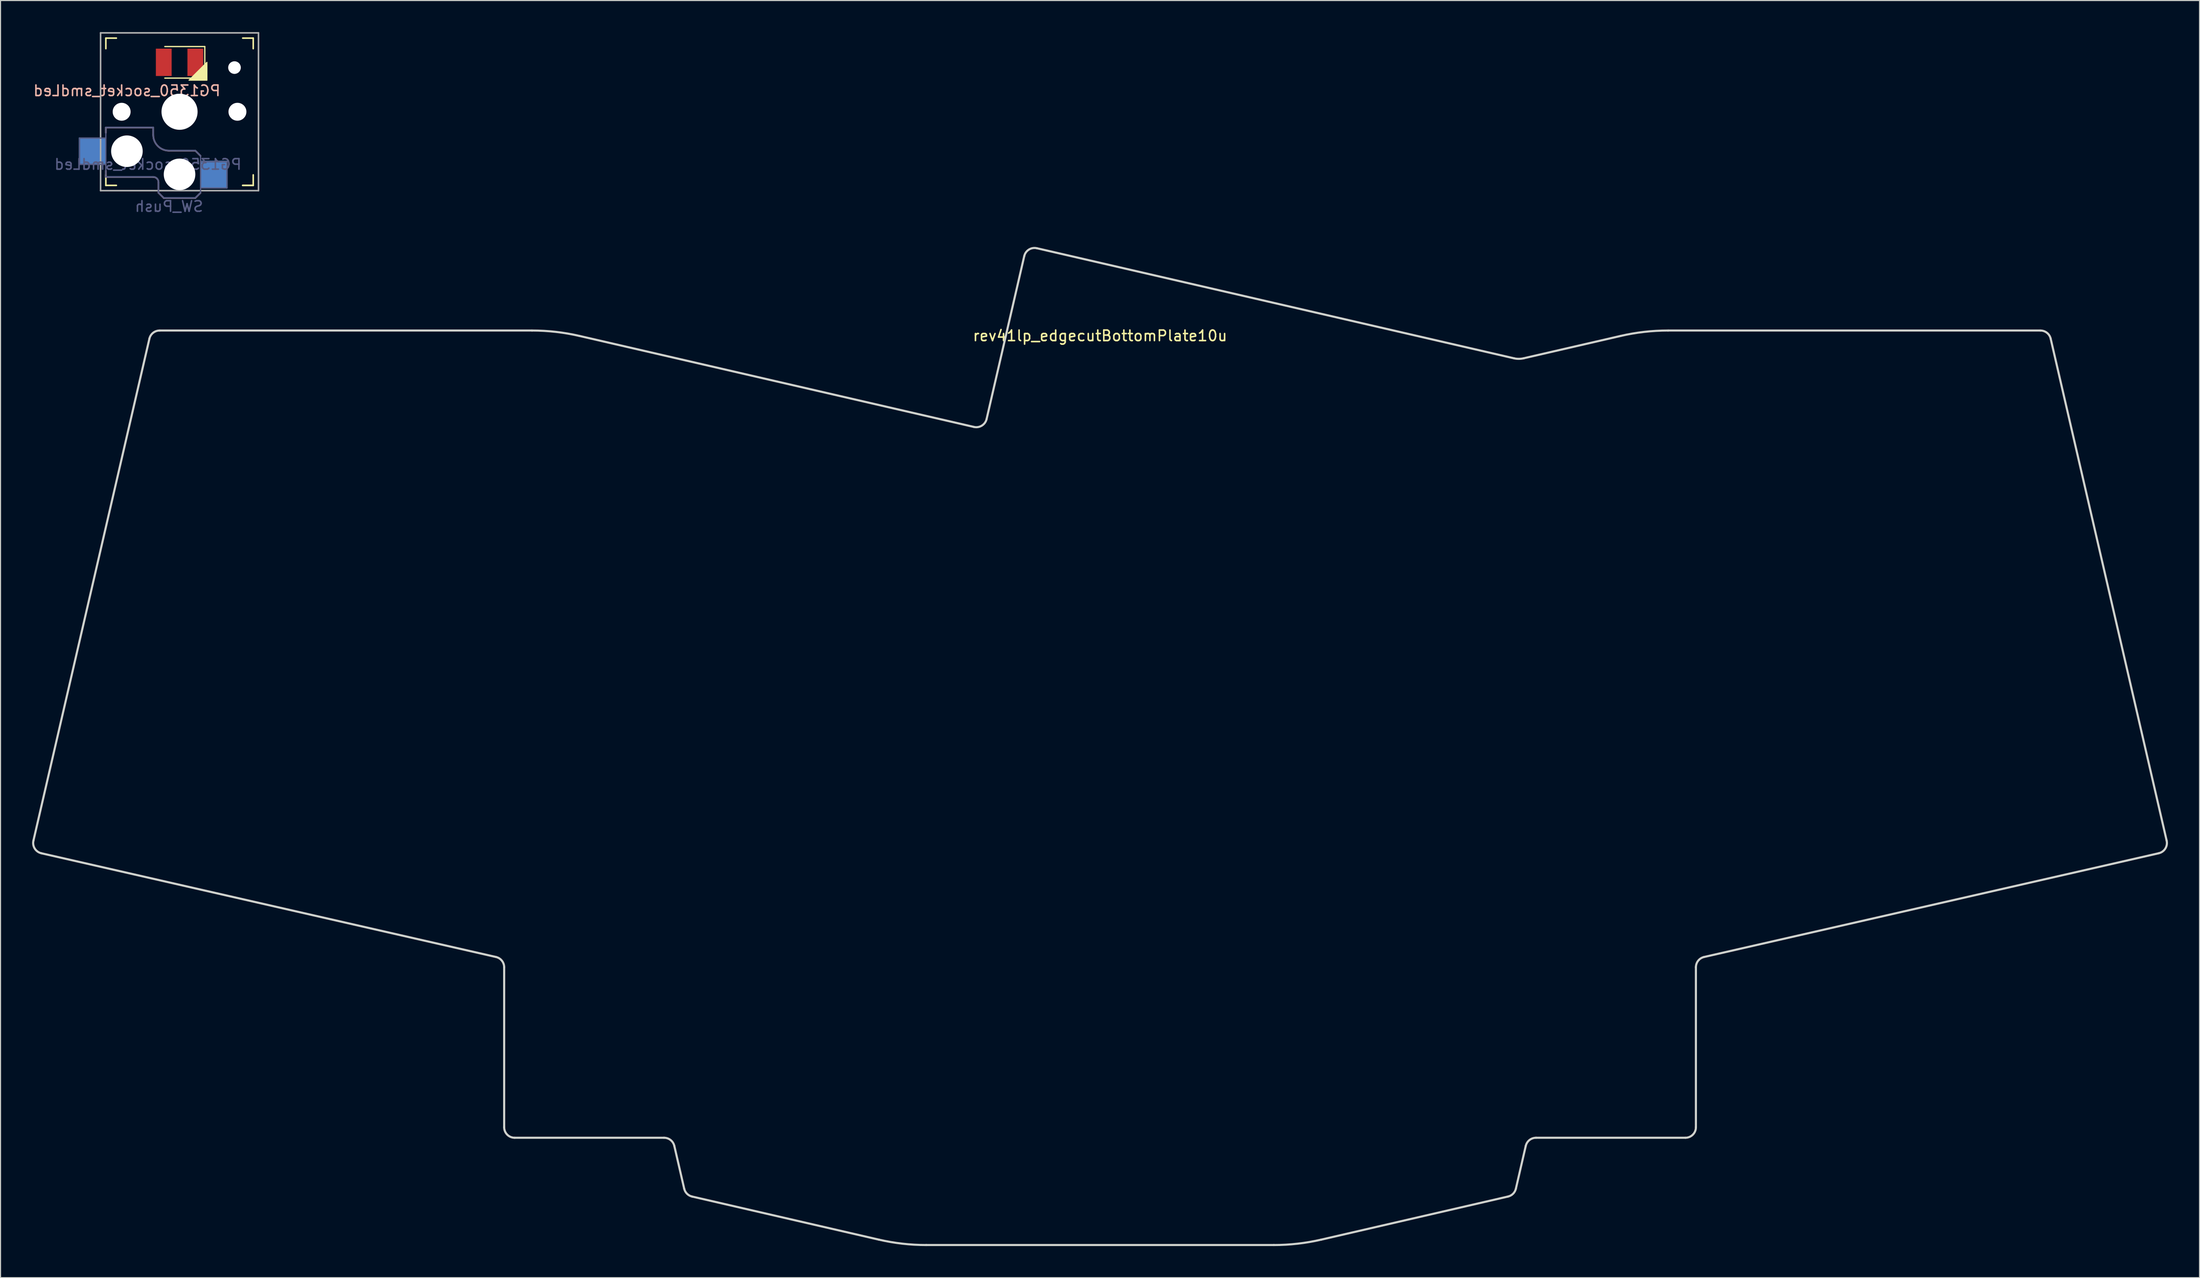
<source format=kicad_pcb>
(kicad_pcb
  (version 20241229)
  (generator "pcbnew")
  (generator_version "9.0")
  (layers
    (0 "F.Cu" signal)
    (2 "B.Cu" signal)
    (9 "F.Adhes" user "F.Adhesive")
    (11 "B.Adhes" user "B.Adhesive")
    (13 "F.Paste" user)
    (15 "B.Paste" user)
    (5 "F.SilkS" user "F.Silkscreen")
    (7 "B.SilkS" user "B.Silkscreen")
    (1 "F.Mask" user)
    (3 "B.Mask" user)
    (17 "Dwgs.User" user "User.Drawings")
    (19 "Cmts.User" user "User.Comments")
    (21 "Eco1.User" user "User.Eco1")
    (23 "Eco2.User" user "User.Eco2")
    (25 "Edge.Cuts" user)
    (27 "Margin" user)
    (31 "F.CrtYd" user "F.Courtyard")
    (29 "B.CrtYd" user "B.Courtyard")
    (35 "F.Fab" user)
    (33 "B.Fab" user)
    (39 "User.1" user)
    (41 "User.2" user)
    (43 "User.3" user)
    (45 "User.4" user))
  (footprint "rev41lp_edgecutBottomPlate10u"
    (layer "F.Cu")
    (at 102.324 28.372)
    (property "Reference" "rev41lp_edgecutBottomPlate10u" (at -0.875 0.5 0) (layer "F.SilkS") (effects (font (size 1 1) (thickness 0.15))))
    (attr through_hole)
    (fp_line (start -101.449 49.693) (end -58.255 59.556) (stroke (width 0.2) (type solid)) (layer "Edge.Cuts"))
    (fp_line (start -91.181 0.775) (end -102.198 48.494) (stroke (width 0.2) (type solid)) (layer "Edge.Cuts"))
    (fp_line (start -57.48 60.53) (end -57.48 75.741) (stroke (width 0.2) (type solid)) (layer "Edge.Cuts"))
    (fp_line (start -56.48 76.741) (end -42.291 76.741) (stroke (width 0.2) (type solid)) (layer "Edge.Cuts"))
    (fp_line (start -54.834 0) (end -90.207 0) (stroke (width 0.2) (type solid)) (layer "Edge.Cuts"))
    (fp_line (start -41.316 77.516) (end -40.378 81.58) (stroke (width 0.2) (type solid)) (layer "Edge.Cuts"))
    (fp_line (start -39.629 82.329) (end -21.885 86.426) (stroke (width 0.2) (type solid)) (layer "Edge.Cuts"))
    (fp_line (start -17.386 86.938) (end 15.636 86.938) (stroke (width 0.2) (type solid)) (layer "Edge.Cuts"))
    (fp_line (start -12.863 9.164) (end -50.335 0.513) (stroke (width 0.2) (type solid)) (layer "Edge.Cuts"))
    (fp_line (start -8.075 -7.074) (end -11.651 8.414) (stroke (width 0.2) (type solid)) (layer "Edge.Cuts"))
    (fp_line (start 20.135 86.426) (end 37.879 82.329) (stroke (width 0.2) (type solid)) (layer "Edge.Cuts"))
    (fp_line (start 38.469 2.645) (end -6.878 -7.824) (stroke (width 0.2) (type solid)) (layer "Edge.Cuts"))
    (fp_line (start 38.629 81.58) (end 39.567 77.516) (stroke (width 0.2) (type solid)) (layer "Edge.Cuts"))
    (fp_line (start 40.541 76.741) (end 54.73 76.741) (stroke (width 0.2) (type solid)) (layer "Edge.Cuts"))
    (fp_line (start 48.586 0.513) (end 39.385 2.634) (stroke (width 0.2) (type solid)) (layer "Edge.Cuts"))
    (fp_line (start 55.73 75.741) (end 55.73 60.53) (stroke (width 0.2) (type solid)) (layer "Edge.Cuts"))
    (fp_line (start 56.505 59.556) (end 99.699 49.693) (stroke (width 0.2) (type solid)) (layer "Edge.Cuts"))
    (fp_line (start 88.458 0) (end 53.085 0) (stroke (width 0.2) (type solid)) (layer "Edge.Cuts"))
    (fp_line (start 100.449 48.494) (end 89.432 0.775) (stroke (width 0.2) (type solid)) (layer "Edge.Cuts"))
    (fp_arc (start -101.448712 49.692872) (mid -102.071809 49.248421) (end -102.198131 48.493551) (stroke (width 0.2) (type solid)) (layer "Edge.Cuts"))
    (fp_arc (start -91.181446 0.775048) (mid -90.829591 0.21739) (end -90.207076 0) (stroke (width 0.2) (type solid)) (layer "Edge.Cuts"))
    (fp_arc (start -58.254717 59.555682) (mid -57.69706 59.907537) (end -57.479668 60.530051) (stroke (width 0.2) (type solid)) (layer "Edge.Cuts"))
    (fp_arc (start -56.479668 76.740739) (mid -57.186775 76.447846) (end -57.479667 75.740739) (stroke (width 0.2) (type solid)) (layer "Edge.Cuts"))
    (fp_arc (start -54.834498 0) (mid -52.570434 0.128563) (end -50.335477 0.512598) (stroke (width 0.2) (type solid)) (layer "Edge.Cuts"))
    (fp_arc (start -42.290658 76.740739) (mid -41.668143 76.958131) (end -41.316287 77.515788) (stroke (width 0.2) (type solid)) (layer "Edge.Cuts"))
    (fp_arc (start -39.628591 82.329336) (mid -40.110747 82.062073) (end -40.37801 81.579917) (stroke (width 0.2) (type solid)) (layer "Edge.Cuts"))
    (fp_arc (start -17.385537 86.938467) (mid -19.649601 86.809904) (end -21.884558 86.425869) (stroke (width 0.2) (type solid)) (layer "Edge.Cuts"))
    (fp_arc (start -11.650741 8.414401) (mid -12.101816 9.040193) (end -12.863276 9.163737) (stroke (width 0.2) (type solid)) (layer "Edge.Cuts"))
    (fp_arc (start -8.074979 -7.073926) (mid -7.63166 -7.696835) (end -6.877722 -7.823822) (stroke (width 0.2) (type solid)) (layer "Edge.Cuts"))
    (fp_arc (start 20.135326 86.425869) (mid 17.900369 86.809904) (end 15.636305 86.938467) (stroke (width 0.2) (type solid)) (layer "Edge.Cuts"))
    (fp_arc (start 38.628778 81.579916) (mid 38.362076 82.062642) (end 37.87936 82.329335) (stroke (width 0.2) (type solid)) (layer "Edge.Cuts"))
    (fp_arc (start 39.384732 2.633888) (mid 38.927366 2.691843) (end 38.468705 2.645224) (stroke (width 0.2) (type solid)) (layer "Edge.Cuts"))
    (fp_arc (start 39.567057 77.515788) (mid 39.918906 76.958127) (end 40.541426 76.740739) (stroke (width 0.2) (type solid)) (layer "Edge.Cuts"))
    (fp_arc (start 48.586245 0.512599) (mid 50.821201 0.128557) (end 53.085266 0) (stroke (width 0.2) (type solid)) (layer "Edge.Cuts"))
    (fp_arc (start 55.730436 60.530051) (mid 55.947842 59.90755) (end 56.505485 59.555681) (stroke (width 0.2) (type solid)) (layer "Edge.Cuts"))
    (fp_arc (start 55.730436 75.740739) (mid 55.437444 76.44775) (end 54.730435 76.74074) (stroke (width 0.2) (type solid)) (layer "Edge.Cuts"))
    (fp_arc (start 88.457843 0) (mid 89.080354 0.217385) (end 89.432214 0.775048) (stroke (width 0.2) (type solid)) (layer "Edge.Cuts"))
    (fp_arc (start 100.448899 48.493551) (mid 100.322574 49.248409) (end 99.69948 49.692873) (stroke (width 0.2) (type solid)) (layer "Edge.Cuts")))
  (footprint "PG1350_socket_smdLed"
    (layer "F.Cu")
    (at 14.006 7.575)
    (property "Reference" "PG1350_socket_smdLed" (at -5 -2 0) (layer "B.SilkS") (effects (font (size 1 1) (thickness 0.15)) (justify mirror)))
    (property "Value" "SW_Push" (at 0 8.255 0) (layer "F.Fab") (hide yes) (effects (font (size 1 1) (thickness 0.15))))
    (attr smd)
    (fp_line (start -7 -6) (end -7 -7) (stroke (width 0.15) (type solid)) (layer "F.SilkS"))
    (fp_line (start -7 7) (end -7 6) (stroke (width 0.15) (type solid)) (layer "F.SilkS"))
    (fp_line (start -7 7) (end -6 7) (stroke (width 0.15) (type solid)) (layer "F.SilkS"))
    (fp_line (start -6 -7) (end -7 -7) (stroke (width 0.15) (type solid)) (layer "F.SilkS"))
    (fp_line (start -1.4 -6.2) (end 2.4 -6.2) (stroke (width 0.12) (type solid)) (layer "F.SilkS"))
    (fp_line (start 2.4 -6.2) (end 2.4 -3.2) (stroke (width 0.12) (type solid)) (layer "F.SilkS"))
    (fp_line (start 2.4 -3.2) (end -1.4 -3.2) (stroke (width 0.12) (type solid)) (layer "F.SilkS"))
    (fp_line (start 6 7) (end 7 7) (stroke (width 0.15) (type solid)) (layer "F.SilkS"))
    (fp_line (start 7 -7) (end 6 -7) (stroke (width 0.15) (type solid)) (layer "F.SilkS"))
    (fp_line (start 7 -7) (end 7 -6) (stroke (width 0.15) (type solid)) (layer "F.SilkS"))
    (fp_line (start 7 6) (end 7 7) (stroke (width 0.15) (type solid)) (layer "F.SilkS"))
    (fp_line (start 7 7) (end 6 7) (stroke (width 0.15) (type solid)) (layer "F.SilkS"))
    (fp_poly (pts (xy 2.6 -3) (xy 0.9 -3) (xy 2.6 -4.7)) (stroke (width 0.1) (type solid)) (fill yes) (layer "F.SilkS"))
    (fp_line (start -7 1.5) (end -7 2) (stroke (width 0.15) (type solid)) (layer "B.SilkS"))
    (fp_line (start -7 5.6) (end -7 6.2) (stroke (width 0.15) (type solid)) (layer "B.SilkS"))
    (fp_line (start -7 6.2) (end -2.5 6.2) (stroke (width 0.15) (type solid)) (layer "B.SilkS"))
    (fp_line (start -2.5 1.5) (end -7 1.5) (stroke (width 0.15) (type solid)) (layer "B.SilkS"))
    (fp_line (start -2.5 2.2) (end -2.5 1.5) (stroke (width 0.15) (type solid)) (layer "B.SilkS"))
    (fp_line (start -2 6.7) (end -2 7.7) (stroke (width 0.15) (type solid)) (layer "B.SilkS"))
    (fp_line (start -1.5 8.2) (end -2 7.7) (stroke (width 0.15) (type solid)) (layer "B.SilkS"))
    (fp_line (start 1.5 3.7) (end -1 3.7) (stroke (width 0.15) (type solid)) (layer "B.SilkS"))
    (fp_line (start 1.5 8.2) (end -1.5 8.2) (stroke (width 0.15) (type solid)) (layer "B.SilkS"))
    (fp_line (start 2 4.2) (end 1.5 3.7) (stroke (width 0.15) (type solid)) (layer "B.SilkS"))
    (fp_line (start 2 7.7) (end 1.5 8.2) (stroke (width 0.15) (type solid)) (layer "B.SilkS"))
    (fp_arc (start -2.5 6.2) (mid -2.146447 6.346447) (end -2 6.7) (stroke (width 0.15) (type solid)) (layer "B.SilkS"))
    (fp_arc (start -1 3.7) (mid -2.06066 3.26066) (end -2.5 2.2) (stroke (width 0.15) (type solid)) (layer "B.SilkS"))
    (fp_line (start -9.29 2.47) (end -9.28 5.09) (stroke (width 0.12) (type solid)) (layer "Eco1.User"))
    (fp_line (start -9.29 2.47) (end -7 2.47) (stroke (width 0.12) (type solid)) (layer "Eco1.User"))
    (fp_line (start -9.285 5.1) (end -6.995 5.1) (stroke (width 0.12) (type solid)) (layer "Eco1.User"))
    (fp_line (start -7 1.5) (end -7 2.47) (stroke (width 0.12) (type solid)) (layer "Eco1.User"))
    (fp_line (start -7 6.2) (end -2.5 6.2) (stroke (width 0.15) (type solid)) (layer "Eco1.User"))
    (fp_line (start -6.995 5.1) (end -7 6.2) (stroke (width 0.12) (type solid)) (layer "Eco1.User"))
    (fp_line (start -2.5 1.5) (end -7 1.5) (stroke (width 0.15) (type solid)) (layer "Eco1.User"))
    (fp_line (start -2.5 2.2) (end -2.5 1.5) (stroke (width 0.15) (type solid)) (layer "Eco1.User"))
    (fp_line (start -2 6.7) (end -2 7.7) (stroke (width 0.15) (type solid)) (layer "Eco1.User"))
    (fp_line (start -1.5 8.2) (end -2 7.7) (stroke (width 0.15) (type solid)) (layer "Eco1.User"))
    (fp_line (start 1.5 3.7) (end -1 3.7) (stroke (width 0.15) (type solid)) (layer "Eco1.User"))
    (fp_line (start 1.5 8.2) (end -1.5 8.2) (stroke (width 0.15) (type solid)) (layer "Eco1.User"))
    (fp_line (start 2 4.2) (end 1.5 3.7) (stroke (width 0.15) (type solid)) (layer "Eco1.User"))
    (fp_line (start 2 4.25) (end 2.005 4.66) (stroke (width 0.12) (type solid)) (layer "Eco1.User"))
    (fp_line (start 2 7.3) (end 2 7.7) (stroke (width 0.12) (type solid)) (layer "Eco1.User"))
    (fp_line (start 2 7.7) (end 1.5 8.2) (stroke (width 0.15) (type solid)) (layer "Eco1.User"))
    (fp_line (start 4.29 7.3) (end 1.99 7.3) (stroke (width 0.12) (type solid)) (layer "Eco1.User"))
    (fp_line (start 4.29 7.3) (end 4.29 4.64) (stroke (width 0.12) (type solid)) (layer "Eco1.User"))
    (fp_line (start 4.295 4.63) (end 2.005 4.63) (stroke (width 0.12) (type solid)) (layer "Eco1.User"))
    (fp_arc (start -2.5 6.2) (mid -2.146447 6.346447) (end -2 6.7) (stroke (width 0.15) (type solid)) (layer "Eco1.User"))
    (fp_arc (start -1 3.7) (mid -2.06066 3.26066) (end -2.5 2.2) (stroke (width 0.15) (type solid)) (layer "Eco1.User"))
    (fp_circle (center 0 0) (end 1.6 0) (stroke (width 0.12) (type solid)) (fill no) (layer "Eco1.User"))
    (fp_line (start -6.9 6.9) (end -6.9 -6.9) (stroke (width 0.15) (type solid)) (layer "Eco2.User"))
    (fp_line (start -6.9 6.9) (end 6.9 6.9) (stroke (width 0.15) (type solid)) (layer "Eco2.User"))
    (fp_line (start -2.6 -3.1) (end -2.6 -6.3) (stroke (width 0.15) (type solid)) (layer "Eco2.User"))
    (fp_line (start -2.6 -3.1) (end 2.6 -3.1) (stroke (width 0.15) (type solid)) (layer "Eco2.User"))
    (fp_line (start 2.6 -6.3) (end -2.6 -6.3) (stroke (width 0.15) (type solid)) (layer "Eco2.User"))
    (fp_line (start 2.6 -3.1) (end 2.6 -6.3) (stroke (width 0.15) (type solid)) (layer "Eco2.User"))
    (fp_line (start 6.9 -6.9) (end -6.9 -6.9) (stroke (width 0.15) (type solid)) (layer "Eco2.User"))
    (fp_line (start 6.9 -6.9) (end 6.9 6.9) (stroke (width 0.15) (type solid)) (layer "Eco2.User"))
    (fp_line (start -9.5 2.5) (end -7 2.5) (stroke (width 0.12) (type solid)) (layer "B.Fab"))
    (fp_line (start -9.5 5) (end -9.5 2.5) (stroke (width 0.12) (type solid)) (layer "B.Fab"))
    (fp_line (start -7.003 1.488) (end -7.003 6.188) (stroke (width 0.12) (type solid)) (layer "B.Fab"))
    (fp_line (start -7.003 6.188) (end -2.503 6.188) (stroke (width 0.15) (type solid)) (layer "B.Fab"))
    (fp_line (start -7 5) (end -9.5 5) (stroke (width 0.12) (type solid)) (layer "B.Fab"))
    (fp_line (start -2.503 1.488) (end -7.003 1.488) (stroke (width 0.15) (type solid)) (layer "B.Fab"))
    (fp_line (start -2.503 2.188) (end -2.503 1.488) (stroke (width 0.15) (type solid)) (layer "B.Fab"))
    (fp_line (start -2.003 6.688) (end -2.003 7.688) (stroke (width 0.15) (type solid)) (layer "B.Fab"))
    (fp_line (start -1.503 8.188) (end -2.003 7.688) (stroke (width 0.15) (type solid)) (layer "B.Fab"))
    (fp_line (start 1.497 3.688) (end -1.003 3.688) (stroke (width 0.15) (type solid)) (layer "B.Fab"))
    (fp_line (start 1.497 8.188) (end -1.503 8.188) (stroke (width 0.15) (type solid)) (layer "B.Fab"))
    (fp_line (start 1.997 4.188) (end 1.497 3.688) (stroke (width 0.15) (type solid)) (layer "B.Fab"))
    (fp_line (start 1.997 4.238) (end 1.997 7.688) (stroke (width 0.12) (type solid)) (layer "B.Fab"))
    (fp_line (start 1.997 7.688) (end 1.497 8.188) (stroke (width 0.15) (type solid)) (layer "B.Fab"))
    (fp_line (start 2 4.75) (end 4.5 4.75) (stroke (width 0.12) (type solid)) (layer "B.Fab"))
    (fp_line (start 4.5 4.75) (end 4.5 7.25) (stroke (width 0.12) (type solid)) (layer "B.Fab"))
    (fp_line (start 4.5 7.25) (end 2 7.25) (stroke (width 0.12) (type solid)) (layer "B.Fab"))
    (fp_arc (start -2.503153 6.187951) (mid -2.1496 6.334398) (end -2.003153 6.687951) (stroke (width 0.15) (type solid)) (layer "B.Fab"))
    (fp_arc (start -1.003153 3.687951) (mid -2.063813 3.248611) (end -2.503153 2.187951) (stroke (width 0.15) (type solid)) (layer "B.Fab"))
    (fp_line (start -7.5 -7.5) (end 7.5 -7.5) (stroke (width 0.15) (type solid)) (layer "F.Fab"))
    (fp_line (start -7.5 7.5) (end -7.5 -7.5) (stroke (width 0.15) (type solid)) (layer "F.Fab"))
    (fp_line (start 7.5 -7.5) (end 7.5 7.5) (stroke (width 0.15) (type solid)) (layer "F.Fab"))
    (fp_line (start 7.5 7.5) (end -7.5 7.5) (stroke (width 0.15) (type solid)) (layer "F.Fab"))
    (fp_text user "${REFERENCE}" (at -3 5 0) (layer "B.Fab") (effects (font (size 1 1) (thickness 0.15)) (justify mirror)))
    (fp_text user "${VALUE}" (at -1 9 0) (layer "B.Fab") (effects (font (size 1 1) (thickness 0.15)) (justify mirror)))
    (pad "" np_thru_hole circle (at -5.5 0) (size 1.702 1.702) (drill 1.702) (layers "*.Cu" "*.Mask"))
    (pad "" np_thru_hole circle (at -5 3.75) (size 3 3) (drill 3) (layers "*.Cu" "*.Mask"))
    (pad "" np_thru_hole circle (at 0 0) (size 3.429 3.429) (drill 3.429) (layers "*.Cu" "*.Mask"))
    (pad "" np_thru_hole circle (at 0 5.95) (size 3 3) (drill 3) (layers "*.Cu" "*.Mask"))
    (pad "" np_thru_hole circle (at 5.22 -4.2) (size 1.2 1.2) (drill 1.2) (layers "*.Cu" "*.Mask"))
    (pad "" np_thru_hole circle (at 5.5 0) (size 1.702 1.702) (drill 1.702) (layers "*.Cu" "*.Mask"))
    (pad "1" smd rect (at 3.275 5.95) (size 2.6 2.6) (layers "B.Cu" "B.Mask" "B.Paste"))
    (pad "2" smd rect (at -8.275 3.75) (size 2.6 2.6) (layers "B.Cu" "B.Mask" "B.Paste"))
    (pad "3" smd rect (at 1.5 -4.7) (size 1.5 2.6) (layers "F.Cu" "F.Mask" "F.Paste"))
    (pad "4" smd rect (at -1.5 -4.7 180) (size 1.5 2.6) (layers "F.Cu" "F.Mask" "F.Paste")))
  (gr_rect
    (start -3 -3)
    (end 205.898 118.411)
    (stroke (width 0.1) (type default))
    (fill no)
    (layer "Edge.Cuts")))
</source>
